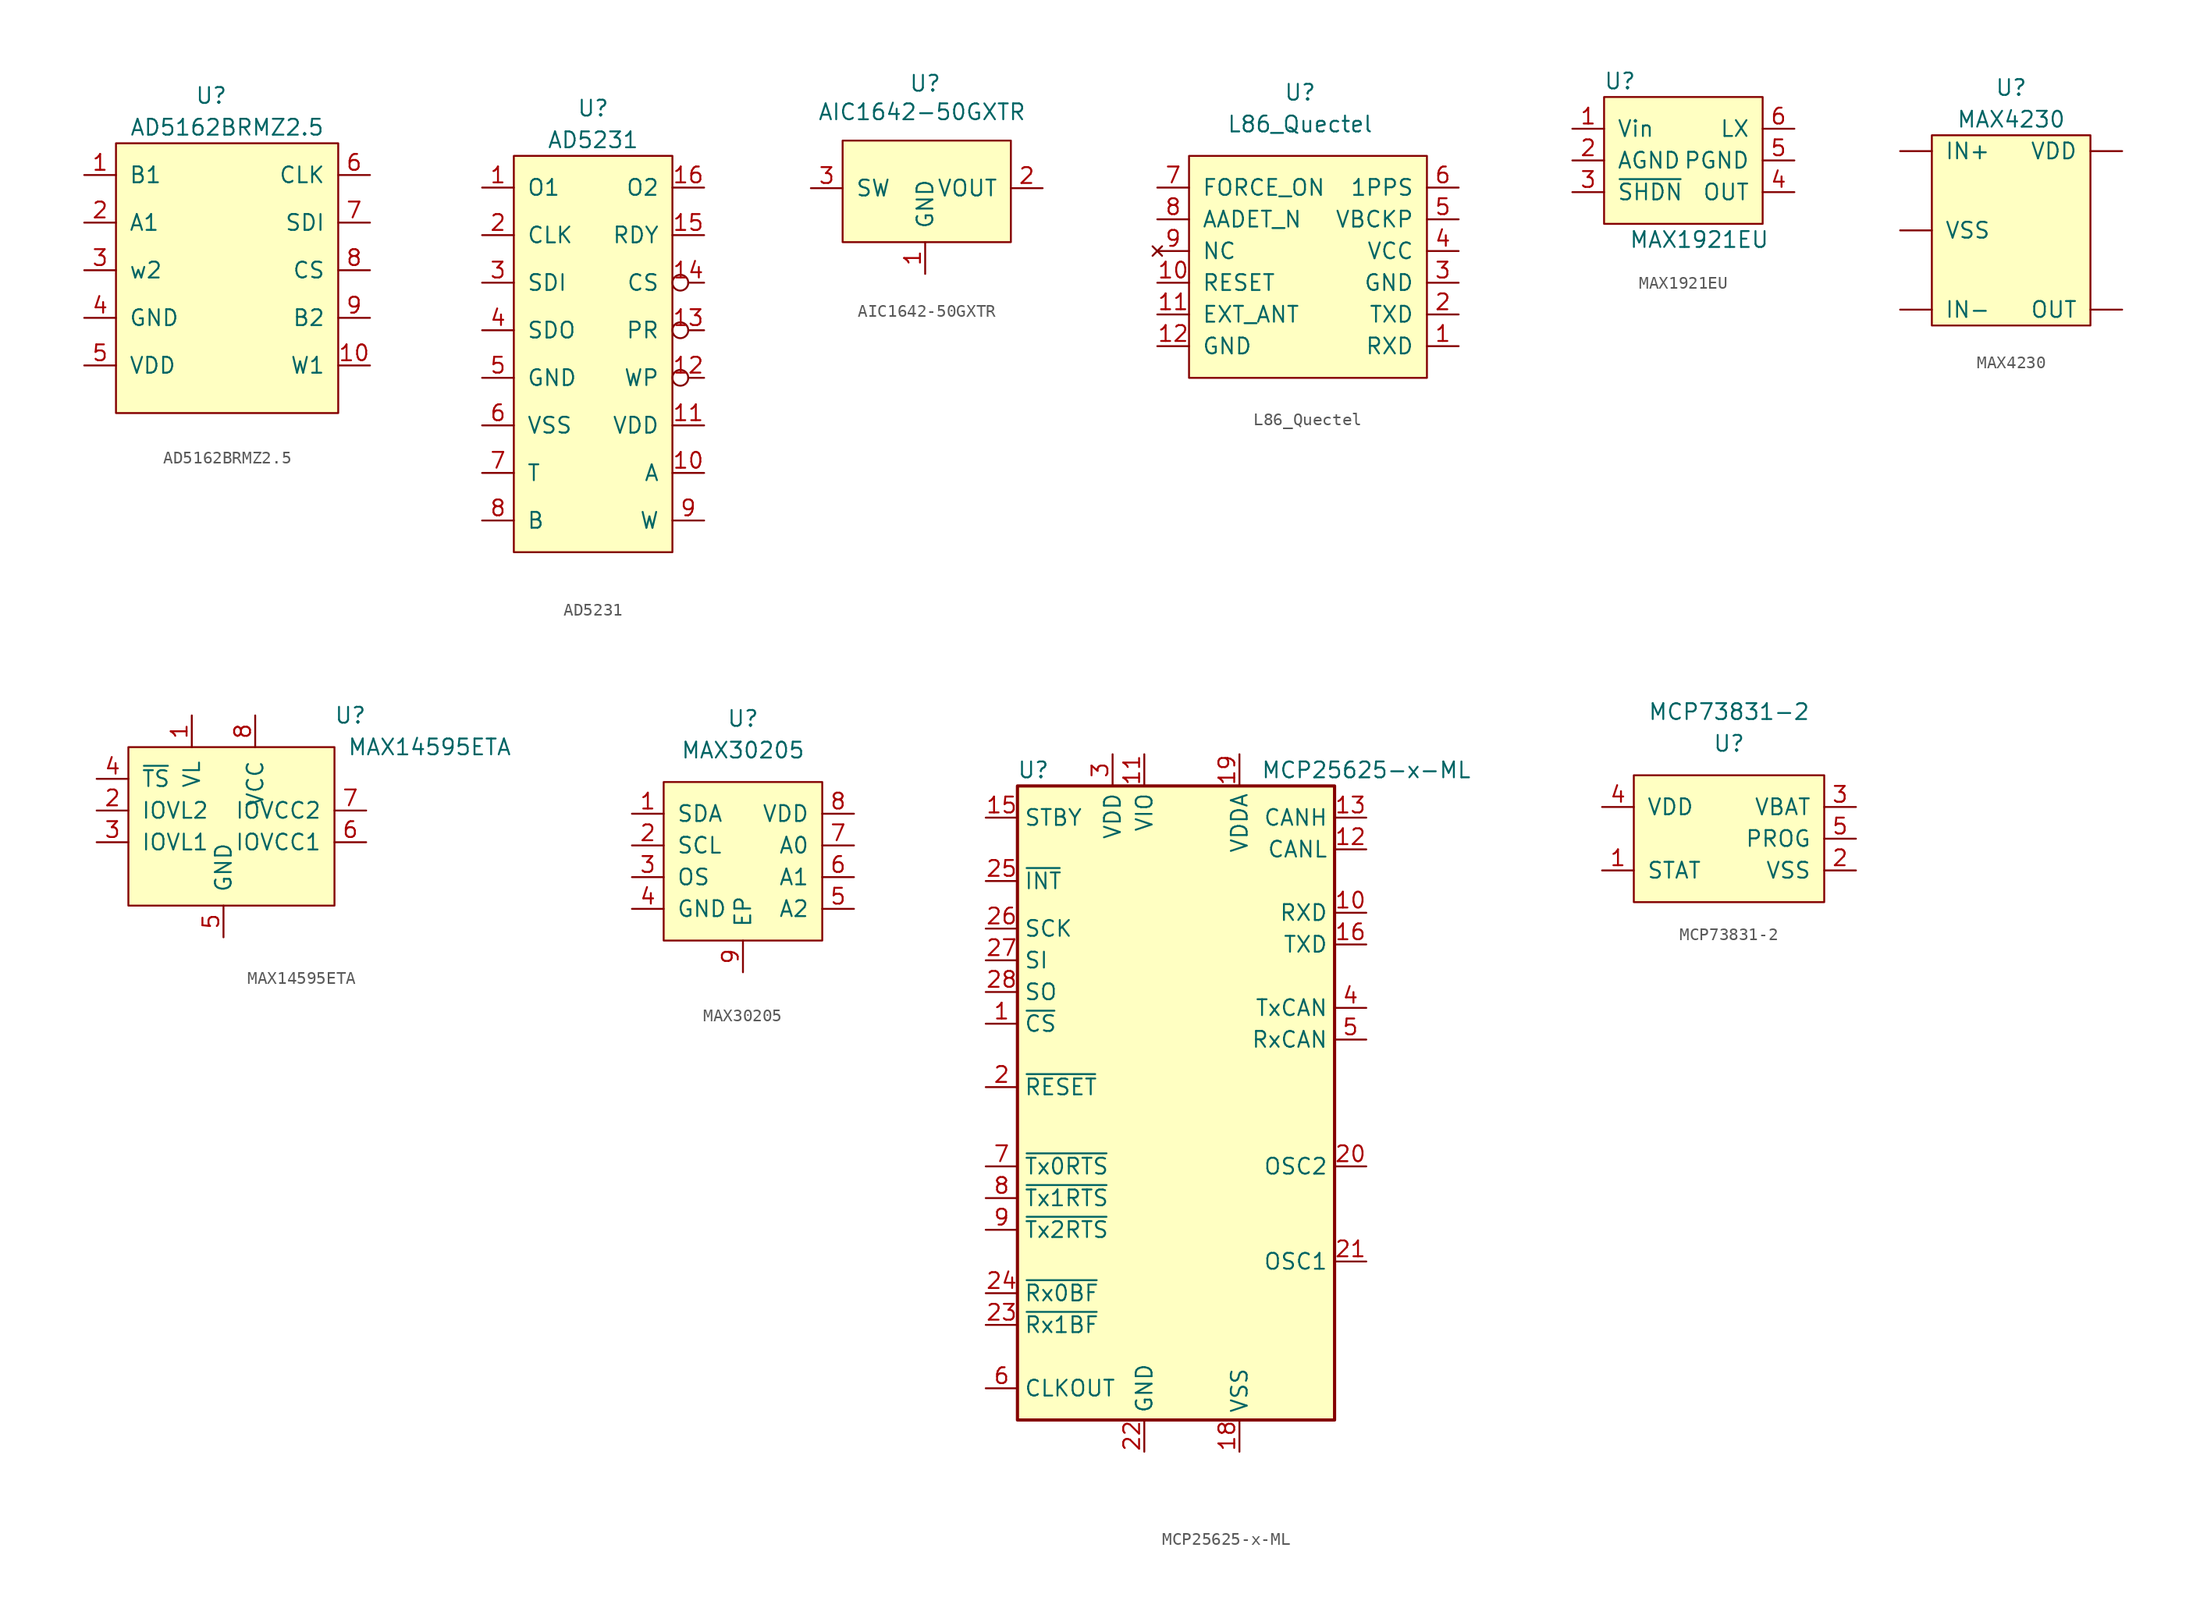
<source format=kicad_sym>
(kicad_symbol_lib
  (version 20231120)
  (generator "kicad_symbol_editor")
  (generator_version "8.0")
  (symbol "AD5162BRMZ2.5"
    (pin_names
      (offset 1.016))
    (property "Reference" "U"
      (at -1.27 13.97 0)
      (effects (font (size 1.27 1.27))))
    (property "Value" "AD5162BRMZ2.5"
      (at 0 11.43 0)
      (effects (font (size 1.27 1.27))))
    (symbol "AD5162BRMZ2.5_0_1"
      (rectangle (start -8.89 -11.43) (end 8.89 10.16) (stroke (width 0) (type solid)) (fill (type background))))
    (symbol "AD5162BRMZ2.5_1_1"
      (pin input line (at -11.43 7.62 0) (length 2.54) (name "B1" (effects (font (size 1.27 1.27)))) (number "1" (effects (font (size 1.27 1.27)))))
      (pin input line (at 11.43 -7.62 180) (length 2.54) (name "W1" (effects (font (size 1.27 1.27)))) (number "10" (effects (font (size 1.27 1.27)))))
      (pin input line (at -11.43 3.81 0) (length 2.54) (name "A1" (effects (font (size 1.27 1.27)))) (number "2" (effects (font (size 1.27 1.27)))))
      (pin input line (at -11.43 0 0) (length 2.54) (name "w2" (effects (font (size 1.27 1.27)))) (number "3" (effects (font (size 1.27 1.27)))))
      (pin input line (at -11.43 -3.81 0) (length 2.54) (name "GND" (effects (font (size 1.27 1.27)))) (number "4" (effects (font (size 1.27 1.27)))))
      (pin input line (at -11.43 -7.62 0) (length 2.54) (name "VDD" (effects (font (size 1.27 1.27)))) (number "5" (effects (font (size 1.27 1.27)))))
      (pin input line (at 11.43 7.62 180) (length 2.54) (name "CLK" (effects (font (size 1.27 1.27)))) (number "6" (effects (font (size 1.27 1.27)))))
      (pin input line (at 11.43 3.81 180) (length 2.54) (name "SDI" (effects (font (size 1.27 1.27)))) (number "7" (effects (font (size 1.27 1.27)))))
      (pin input line (at 11.43 0 180) (length 2.54) (name "CS" (effects (font (size 1.27 1.27)))) (number "8" (effects (font (size 1.27 1.27)))))
      (pin input line (at 11.43 -3.81 180) (length 2.54) (name "B2" (effects (font (size 1.27 1.27)))) (number "9" (effects (font (size 1.27 1.27)))))))
  (symbol "AD5231"
    (pin_names
      (offset 1.016))
    (property "Reference" "U"
      (at 0 19.05 0)
      (effects (font (size 1.27 1.27))))
    (property "Value" "AD5231"
      (at 0 16.51 0)
      (effects (font (size 1.27 1.27))))
    (symbol "AD5231_0_1"
      (rectangle (start -6.35 -16.51) (end 6.35 15.24) (stroke (width 0) (type solid)) (fill (type background))))
    (symbol "AD5231_1_1"
      (pin output line (at -8.89 12.7 0) (length 2.54) (name "O1" (effects (font (size 1.27 1.27)))) (number "1" (effects (font (size 1.27 1.27)))))
      (pin input line (at 8.89 -10.16 180) (length 2.54) (name "A" (effects (font (size 1.27 1.27)))) (number "10" (effects (font (size 1.27 1.27)))))
      (pin power_in line (at 8.89 -6.35 180) (length 2.54) (name "VDD" (effects (font (size 1.27 1.27)))) (number "11" (effects (font (size 1.27 1.27)))))
      (pin input inverted (at 8.89 -2.54 180) (length 2.54) (name "WP" (effects (font (size 1.27 1.27)))) (number "12" (effects (font (size 1.27 1.27)))))
      (pin input inverted (at 8.89 1.27 180) (length 2.54) (name "PR" (effects (font (size 1.27 1.27)))) (number "13" (effects (font (size 1.27 1.27)))))
      (pin input inverted (at 8.89 5.08 180) (length 2.54) (name "CS" (effects (font (size 1.27 1.27)))) (number "14" (effects (font (size 1.27 1.27)))))
      (pin input line (at 8.89 8.89 180) (length 2.54) (name "RDY" (effects (font (size 1.27 1.27)))) (number "15" (effects (font (size 1.27 1.27)))))
      (pin output line (at 8.89 12.7 180) (length 2.54) (name "O2" (effects (font (size 1.27 1.27)))) (number "16" (effects (font (size 1.27 1.27)))))
      (pin input line (at -8.89 8.89 0) (length 2.54) (name "CLK" (effects (font (size 1.27 1.27)))) (number "2" (effects (font (size 1.27 1.27)))))
      (pin input line (at -8.89 5.08 0) (length 2.54) (name "SDI" (effects (font (size 1.27 1.27)))) (number "3" (effects (font (size 1.27 1.27)))))
      (pin output line (at -8.89 1.27 0) (length 2.54) (name "SDO" (effects (font (size 1.27 1.27)))) (number "4" (effects (font (size 1.27 1.27)))))
      (pin power_in line (at -8.89 -2.54 0) (length 2.54) (name "GND" (effects (font (size 1.27 1.27)))) (number "5" (effects (font (size 1.27 1.27)))))
      (pin power_in line (at -8.89 -6.35 0) (length 2.54) (name "VSS" (effects (font (size 1.27 1.27)))) (number "6" (effects (font (size 1.27 1.27)))))
      (pin input line (at -8.89 -10.16 0) (length 2.54) (name "T" (effects (font (size 1.27 1.27)))) (number "7" (effects (font (size 1.27 1.27)))))
      (pin input line (at -8.89 -13.97 0) (length 2.54) (name "B" (effects (font (size 1.27 1.27)))) (number "8" (effects (font (size 1.27 1.27)))))
      (pin output line (at 8.89 -13.97 180) (length 2.54) (name "W" (effects (font (size 1.27 1.27)))) (number "9" (effects (font (size 1.27 1.27)))))))
  (symbol "AIC1642-50GXTR"
    (pin_names
      (offset 1.016))
    (property "Reference" "U"
      (at 0 8.382 0)
      (effects (font (size 1.27 1.27))))
    (property "Value" "AIC1642-50GXTR"
      (at -0.254 6.096 0)
      (effects (font (size 1.27 1.27))))
    (symbol "AIC1642-50GXTR_0_0"
      (pin power_in line (at 0 -6.858 90) (length 2.54) (name "GND" (effects (font (size 1.27 1.27)))) (number "1" (effects (font (size 1.27 1.27)))))
      (pin power_out line (at 9.398 0 180) (length 2.54) (name "VOUT" (effects (font (size 1.27 1.27)))) (number "2" (effects (font (size 1.27 1.27)))))
      (pin bidirectional line (at -9.144 0 0) (length 2.54) (name "SW" (effects (font (size 1.27 1.27)))) (number "3" (effects (font (size 1.27 1.27))))))
    (symbol "AIC1642-50GXTR_0_1"
      (rectangle (start -6.604 3.81) (end 6.858 -4.318) (stroke (width 0) (type solid)) (fill (type background)))))
  (symbol "L86_Quectel"
    (pin_names
      (offset 1.016))
    (property "Reference" "U"
      (at 0 12.7 0)
      (effects (font (size 1.27 1.27))))
    (property "Value" "L86_Quectel"
      (at 0 10.16 0)
      (effects (font (size 1.27 1.27))))
    (symbol "L86_Quectel_0_0"
      (pin bidirectional line (at 12.7 -7.62 180) (length 2.54) (name "RXD" (effects (font (size 1.27 1.27)))) (number "1" (effects (font (size 1.27 1.27)))))
      (pin input line (at -11.43 -2.54 0) (length 2.54) (name "RESET" (effects (font (size 1.27 1.27)))) (number "10" (effects (font (size 1.27 1.27)))))
      (pin output line (at -11.43 -5.08 0) (length 2.54) (name "EXT_ANT" (effects (font (size 1.27 1.27)))) (number "11" (effects (font (size 1.27 1.27)))))
      (pin power_out line (at -11.43 -7.62 0) (length 2.54) (name "GND" (effects (font (size 1.27 1.27)))) (number "12" (effects (font (size 1.27 1.27)))))
      (pin bidirectional line (at 12.7 -5.08 180) (length 2.54) (name "TXD" (effects (font (size 1.27 1.27)))) (number "2" (effects (font (size 1.27 1.27)))))
      (pin power_out line (at 12.7 -2.54 180) (length 2.54) (name "GND" (effects (font (size 1.27 1.27)))) (number "3" (effects (font (size 1.27 1.27)))))
      (pin power_in line (at 12.7 0 180) (length 2.54) (name "VCC" (effects (font (size 1.27 1.27)))) (number "4" (effects (font (size 1.27 1.27)))))
      (pin input line (at 12.7 2.54 180) (length 2.54) (name "VBCKP" (effects (font (size 1.27 1.27)))) (number "5" (effects (font (size 1.27 1.27)))))
      (pin output line (at 12.7 5.08 180) (length 2.54) (name "1PPS" (effects (font (size 1.27 1.27)))) (number "6" (effects (font (size 1.27 1.27)))))
      (pin input line (at -11.43 5.08 0) (length 2.54) (name "FORCE_ON" (effects (font (size 1.27 1.27)))) (number "7" (effects (font (size 1.27 1.27)))))
      (pin bidirectional line (at -11.43 2.54 0) (length 2.54) (name "AADET_N" (effects (font (size 1.27 1.27)))) (number "8" (effects (font (size 1.27 1.27)))))
      (pin no_connect line (at -11.43 0 0) (length 2.54) (name "NC" (effects (font (size 1.27 1.27)))) (number "9" (effects (font (size 1.27 1.27))))))
    (symbol "L86_Quectel_0_1"
      (rectangle (start -8.89 7.62) (end 10.16 -10.16) (stroke (width 0) (type solid)) (fill (type background)))))
  (symbol "MAX1921EU"
    (pin_names
      (offset 1.016))
    (property "Reference" "U"
      (at -5.08 6.35 0)
      (effects (font (size 1.27 1.27))))
    (property "Value" "MAX1921EU"
      (at 1.27 -6.35 0)
      (effects (font (size 1.27 1.27))))
    (symbol "MAX1921EU_0_1"
      (rectangle (start -6.35 5.08) (end 6.35 -5.08) (stroke (width 0) (type solid)) (fill (type background))))
    (symbol "MAX1921EU_1_1"
      (pin passive line (at -8.89 2.54 0) (length 2.54) (name "Vin" (effects (font (size 1.27 1.27)))) (number "1" (effects (font (size 1.27 1.27)))))
      (pin passive line (at -8.89 0 0) (length 2.54) (name "AGND" (effects (font (size 1.27 1.27)))) (number "2" (effects (font (size 1.27 1.27)))))
      (pin passive line (at -8.89 -2.54 0) (length 2.54) (name "~{SHDN}" (effects (font (size 1.27 1.27)))) (number "3" (effects (font (size 1.27 1.27)))))
      (pin passive line (at 8.89 -2.54 180) (length 2.54) (name "OUT" (effects (font (size 1.27 1.27)))) (number "4" (effects (font (size 1.27 1.27)))))
      (pin passive line (at 8.89 0 180) (length 2.54) (name "PGND" (effects (font (size 1.27 1.27)))) (number "5" (effects (font (size 1.27 1.27)))))
      (pin passive line (at 8.89 2.54 180) (length 2.54) (name "LX" (effects (font (size 1.27 1.27)))) (number "6" (effects (font (size 1.27 1.27)))))))
  (symbol "MAX4230"
    (pin_numbers hide)
    (pin_names
      (offset 1.016))
    (property "Reference" "U"
      (at 0 11.43 0)
      (effects (font (size 1.27 1.27))))
    (property "Value" "MAX4230"
      (at 0 8.89 0)
      (effects (font (size 1.27 1.27))))
    (symbol "MAX4230_0_1"
      (rectangle (start -6.35 7.62) (end 6.35 -7.62) (stroke (width 0) (type solid)) (fill (type background))))
    (symbol "MAX4230_1_1"
      (pin passive line (at -8.89 6.35 0) (length 2.54) (name "IN+" (effects (font (size 1.27 1.27)))) (number "1" (effects (font (size 1.27 1.27)))))
      (pin passive line (at -8.89 0 0) (length 2.54) (name "VSS" (effects (font (size 1.27 1.27)))) (number "2" (effects (font (size 1.27 1.27)))))
      (pin passive line (at -8.89 -6.35 0) (length 2.54) (name "IN-" (effects (font (size 1.27 1.27)))) (number "3" (effects (font (size 1.27 1.27)))))
      (pin passive line (at 8.89 -6.35 180) (length 2.54) (name "OUT" (effects (font (size 1.27 1.27)))) (number "4" (effects (font (size 1.27 1.27)))))
      (pin passive line (at 8.89 6.35 180) (length 2.54) (name "VDD" (effects (font (size 1.27 1.27)))) (number "5" (effects (font (size 1.27 1.27)))))))
  (symbol "MAX14595ETA"
    (pin_names
      (offset 1.016))
    (property "Reference" "U"
      (at 10.16 8.89 0)
      (effects (font (size 1.27 1.27))))
    (property "Value" "MAX14595ETA"
      (at 16.51 6.35 0)
      (effects (font (size 1.27 1.27))))
    (symbol "MAX14595ETA_0_1"
      (rectangle (start -7.62 6.35) (end 8.89 -6.35) (stroke (width 0) (type solid)) (fill (type background))))
    (symbol "MAX14595ETA_1_1"
      (pin passive line (at -2.54 8.89 270) (length 2.54) (name "VL" (effects (font (size 1.27 1.27)))) (number "1" (effects (font (size 1.27 1.27)))))
      (pin passive line (at -10.16 1.27 0) (length 2.54) (name "IOVL2" (effects (font (size 1.27 1.27)))) (number "2" (effects (font (size 1.27 1.27)))))
      (pin passive line (at -10.16 -1.27 0) (length 2.54) (name "IOVL1" (effects (font (size 1.27 1.27)))) (number "3" (effects (font (size 1.27 1.27)))))
      (pin passive line (at -10.16 3.81 0) (length 2.54) (name "~{TS}" (effects (font (size 1.27 1.27)))) (number "4" (effects (font (size 1.27 1.27)))))
      (pin passive line (at 0 -8.89 90) (length 2.54) (name "GND" (effects (font (size 1.27 1.27)))) (number "5" (effects (font (size 1.27 1.27)))))
      (pin passive line (at 11.43 -1.27 180) (length 2.54) (name "IOVCC1" (effects (font (size 1.27 1.27)))) (number "6" (effects (font (size 1.27 1.27)))))
      (pin passive line (at 11.43 1.27 180) (length 2.54) (name "IOVCC2" (effects (font (size 1.27 1.27)))) (number "7" (effects (font (size 1.27 1.27)))))
      (pin passive line (at 2.54 8.89 270) (length 2.54) (name "VCC" (effects (font (size 1.27 1.27)))) (number "8" (effects (font (size 1.27 1.27)))))))
  (symbol "MAX30205"
    (pin_names
      (offset 1.016))
    (property "Reference" "U"
      (at 0 11.43 0)
      (effects (font (size 1.27 1.27))))
    (property "Value" "MAX30205"
      (at 0 8.89 0)
      (effects (font (size 1.27 1.27))))
    (symbol "MAX30205_0_0"
      (pin bidirectional line (at -8.89 3.81 0) (length 2.54) (name "SDA" (effects (font (size 1.27 1.27)))) (number "1" (effects (font (size 1.27 1.27)))))
      (pin bidirectional line (at -8.89 1.27 0) (length 2.54) (name "SCL" (effects (font (size 1.27 1.27)))) (number "2" (effects (font (size 1.27 1.27)))))
      (pin bidirectional line (at -8.89 -1.27 0) (length 2.54) (name "OS" (effects (font (size 1.27 1.27)))) (number "3" (effects (font (size 1.27 1.27)))))
      (pin power_out line (at -8.89 -3.81 0) (length 2.54) (name "GND" (effects (font (size 1.27 1.27)))) (number "4" (effects (font (size 1.27 1.27)))))
      (pin bidirectional line (at 8.89 -3.81 180) (length 2.54) (name "A2" (effects (font (size 1.27 1.27)))) (number "5" (effects (font (size 1.27 1.27)))))
      (pin bidirectional line (at 8.89 -1.27 180) (length 2.54) (name "A1" (effects (font (size 1.27 1.27)))) (number "6" (effects (font (size 1.27 1.27)))))
      (pin bidirectional line (at 8.89 1.27 180) (length 2.54) (name "A0" (effects (font (size 1.27 1.27)))) (number "7" (effects (font (size 1.27 1.27)))))
      (pin power_in line (at 8.89 3.81 180) (length 2.54) (name "VDD" (effects (font (size 1.27 1.27)))) (number "8" (effects (font (size 1.27 1.27)))))
      (pin power_out line (at 0 -8.89 90) (length 2.54) (name "EP" (effects (font (size 1.27 1.27)))) (number "9" (effects (font (size 1.27 1.27))))))
    (symbol "MAX30205_0_1"
      (rectangle (start -6.35 6.35) (end 6.35 -6.35) (stroke (width 0) (type solid)) (fill (type background)))))
  (symbol "MCP25625-x-ML"
    (property "Reference" "U"
      (at -11.43 26.67 0)
      (effects (font (size 1.27 1.27))))
    (property "Value" "MCP25625-x-ML"
      (at 15.24 26.67 0)
      (effects (font (size 1.27 1.27))))
    (symbol "MCP25625-x-ML_0_1"
      (rectangle (start -12.7 25.4) (end 12.7 -25.4) (stroke (width 0.254) (type default)) (fill (type background))))
    (symbol "MCP25625-x-ML_1_0"
      (pin no_connect line (at 0 -27.94 90) (length 2.54) hide (name "EP" (effects (font (size 1.27 1.27)))) (number "29" (effects (font (size 1.27 1.27))))))
    (symbol "MCP25625-x-ML_1_1"
      (pin input line (at -15.24 6.35 0) (length 2.54) (name "~{CS}" (effects (font (size 1.27 1.27)))) (number "1" (effects (font (size 1.27 1.27)))))
      (pin output line (at 15.24 15.24 180) (length 2.54) (name "RXD" (effects (font (size 1.27 1.27)))) (number "10" (effects (font (size 1.27 1.27)))))
      (pin power_in line (at -2.54 27.94 270) (length 2.54) (name "VIO" (effects (font (size 1.27 1.27)))) (number "11" (effects (font (size 1.27 1.27)))))
      (pin bidirectional line (at 15.24 20.32 180) (length 2.54) (name "CANL" (effects (font (size 1.27 1.27)))) (number "12" (effects (font (size 1.27 1.27)))))
      (pin bidirectional line (at 15.24 22.86 180) (length 2.54) (name "CANH" (effects (font (size 1.27 1.27)))) (number "13" (effects (font (size 1.27 1.27)))))
      (pin no_connect line (at 12.7 -15.24 180) (length 2.54) hide (name "NC" (effects (font (size 1.27 1.27)))) (number "14" (effects (font (size 1.27 1.27)))))
      (pin input line (at -15.24 22.86 0) (length 2.54) (name "STBY" (effects (font (size 1.27 1.27)))) (number "15" (effects (font (size 1.27 1.27)))))
      (pin input line (at 15.24 12.7 180) (length 2.54) (name "TXD" (effects (font (size 1.27 1.27)))) (number "16" (effects (font (size 1.27 1.27)))))
      (pin no_connect line (at 12.7 -17.78 180) (length 2.54) hide (name "NC" (effects (font (size 1.27 1.27)))) (number "17" (effects (font (size 1.27 1.27)))))
      (pin power_in line (at 5.08 -27.94 90) (length 2.54) (name "VSS" (effects (font (size 1.27 1.27)))) (number "18" (effects (font (size 1.27 1.27)))))
      (pin power_in line (at 5.08 27.94 270) (length 2.54) (name "VDDA" (effects (font (size 1.27 1.27)))) (number "19" (effects (font (size 1.27 1.27)))))
      (pin input line (at -15.24 1.27 0) (length 2.54) (name "~{RESET}" (effects (font (size 1.27 1.27)))) (number "2" (effects (font (size 1.27 1.27)))))
      (pin output line (at 15.24 -5.08 180) (length 2.54) (name "OSC2" (effects (font (size 1.27 1.27)))) (number "20" (effects (font (size 1.27 1.27)))))
      (pin input line (at 15.24 -12.7 180) (length 2.54) (name "OSC1" (effects (font (size 1.27 1.27)))) (number "21" (effects (font (size 1.27 1.27)))))
      (pin power_in line (at -2.54 -27.94 90) (length 2.54) (name "GND" (effects (font (size 1.27 1.27)))) (number "22" (effects (font (size 1.27 1.27)))))
      (pin output line (at -15.24 -17.78 0) (length 2.54) (name "~{Rx1BF}" (effects (font (size 1.27 1.27)))) (number "23" (effects (font (size 1.27 1.27)))))
      (pin output line (at -15.24 -15.24 0) (length 2.54) (name "~{Rx0BF}" (effects (font (size 1.27 1.27)))) (number "24" (effects (font (size 1.27 1.27)))))
      (pin output line (at -15.24 17.78 0) (length 2.54) (name "~{INT}" (effects (font (size 1.27 1.27)))) (number "25" (effects (font (size 1.27 1.27)))))
      (pin input line (at -15.24 13.97 0) (length 2.54) (name "SCK" (effects (font (size 1.27 1.27)))) (number "26" (effects (font (size 1.27 1.27)))))
      (pin input line (at -15.24 11.43 0) (length 2.54) (name "SI" (effects (font (size 1.27 1.27)))) (number "27" (effects (font (size 1.27 1.27)))))
      (pin output line (at -15.24 8.89 0) (length 2.54) (name "SO" (effects (font (size 1.27 1.27)))) (number "28" (effects (font (size 1.27 1.27)))))
      (pin power_in line (at -5.08 27.94 270) (length 2.54) (name "VDD" (effects (font (size 1.27 1.27)))) (number "3" (effects (font (size 1.27 1.27)))))
      (pin output line (at 15.24 7.62 180) (length 2.54) (name "TxCAN" (effects (font (size 1.27 1.27)))) (number "4" (effects (font (size 1.27 1.27)))))
      (pin input line (at 15.24 5.08 180) (length 2.54) (name "RxCAN" (effects (font (size 1.27 1.27)))) (number "5" (effects (font (size 1.27 1.27)))))
      (pin output line (at -15.24 -22.86 0) (length 2.54) (name "CLKOUT" (effects (font (size 1.27 1.27)))) (number "6" (effects (font (size 1.27 1.27)))))
      (pin input line (at -15.24 -5.08 0) (length 2.54) (name "~{Tx0RTS}" (effects (font (size 1.27 1.27)))) (number "7" (effects (font (size 1.27 1.27)))))
      (pin input line (at -15.24 -7.62 0) (length 2.54) (name "~{Tx1RTS}" (effects (font (size 1.27 1.27)))) (number "8" (effects (font (size 1.27 1.27)))))
      (pin input line (at -15.24 -10.16 0) (length 2.54) (name "~{Tx2RTS}" (effects (font (size 1.27 1.27)))) (number "9" (effects (font (size 1.27 1.27)))))))
  (symbol "MCP73831-2"
    (pin_names
      (offset 1.016))
    (property "Reference" "U"
      (at 0 7.62 0)
      (effects (font (size 1.27 1.27))))
    (property "Value" "MCP73831-2"
      (at 0 10.16 0)
      (effects (font (size 1.27 1.27))))
    (symbol "MCP73831-2_0_0"
      (pin output line (at -10.16 -2.54 0) (length 2.54) (name "STAT" (effects (font (size 1.27 1.27)))) (number "1" (effects (font (size 1.27 1.27)))))
      (pin power_in line (at 10.16 -2.54 180) (length 2.54) (name "VSS" (effects (font (size 1.27 1.27)))) (number "2" (effects (font (size 1.27 1.27)))))
      (pin power_in line (at 10.16 2.54 180) (length 2.54) (name "VBAT" (effects (font (size 1.27 1.27)))) (number "3" (effects (font (size 1.27 1.27)))))
      (pin power_in line (at -10.16 2.54 0) (length 2.54) (name "VDD" (effects (font (size 1.27 1.27)))) (number "4" (effects (font (size 1.27 1.27)))))
      (pin input line (at 10.16 0 180) (length 2.54) (name "PROG" (effects (font (size 1.27 1.27)))) (number "5" (effects (font (size 1.27 1.27))))))
    (symbol "MCP73831-2_0_1"
      (rectangle (start -7.62 5.08) (end 7.62 -5.08) (stroke (width 0) (type solid)) (fill (type background))))))
</source>
